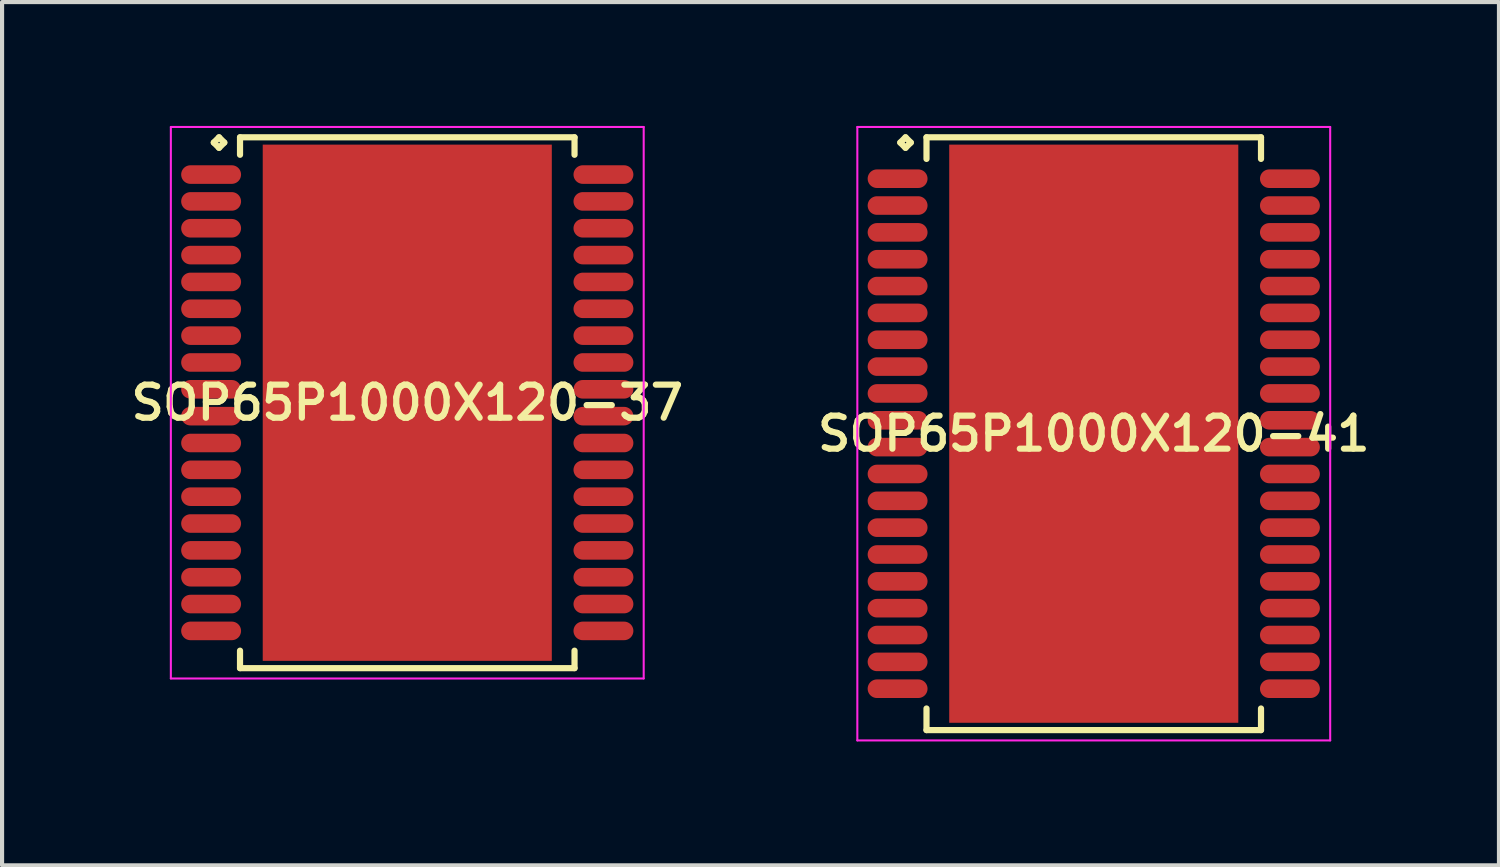
<source format=kicad_pcb>
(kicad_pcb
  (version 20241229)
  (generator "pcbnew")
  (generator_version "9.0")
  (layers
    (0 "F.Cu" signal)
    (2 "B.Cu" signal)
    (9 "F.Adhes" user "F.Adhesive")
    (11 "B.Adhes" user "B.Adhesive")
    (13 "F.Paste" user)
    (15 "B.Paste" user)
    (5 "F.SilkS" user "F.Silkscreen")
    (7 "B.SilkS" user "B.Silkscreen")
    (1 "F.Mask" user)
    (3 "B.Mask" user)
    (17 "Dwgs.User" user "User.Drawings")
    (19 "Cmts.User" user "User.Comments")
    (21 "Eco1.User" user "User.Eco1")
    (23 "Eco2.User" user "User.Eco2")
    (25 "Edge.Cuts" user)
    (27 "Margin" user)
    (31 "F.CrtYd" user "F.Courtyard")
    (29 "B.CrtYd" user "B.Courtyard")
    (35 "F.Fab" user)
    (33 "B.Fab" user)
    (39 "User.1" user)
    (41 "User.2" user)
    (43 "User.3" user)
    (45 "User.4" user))
  (footprint "SOP65P1000X120-37"
    (layer "F.Cu")
    (at 6.812 6.702)
    (property "Reference" "SOP65P1000X120-37" (at 0 0 0) (layer "F.SilkS") (effects (font (size 0.8 0.8) (thickness 0.15))))
    (attr smd)
    (fp_line (start -4.685 -6.3) (end -4.558 -6.427) (stroke (width 0.15) (type solid)) (layer "F.SilkS"))
    (fp_line (start -4.558 -6.427) (end -4.431 -6.3) (stroke (width 0.15) (type solid)) (layer "F.SilkS"))
    (fp_line (start -4.558 -6.173) (end -4.685 -6.3) (stroke (width 0.15) (type solid)) (layer "F.SilkS"))
    (fp_line (start -4.431 -6.3) (end -4.558 -6.173) (stroke (width 0.15) (type solid)) (layer "F.SilkS"))
    (fp_line (start -4.05 -6.427) (end 4.05 -6.427) (stroke (width 0.15) (type solid)) (layer "F.SilkS"))
    (fp_line (start -4.05 -6.004) (end -4.05 -6.427) (stroke (width 0.15) (type solid)) (layer "F.SilkS"))
    (fp_line (start -4.05 6.004) (end -4.05 6.427) (stroke (width 0.15) (type solid)) (layer "F.SilkS"))
    (fp_line (start -4.05 6.427) (end 4.05 6.427) (stroke (width 0.15) (type solid)) (layer "F.SilkS"))
    (fp_line (start 4.05 -6.427) (end 4.05 -6.004) (stroke (width 0.15) (type solid)) (layer "F.SilkS"))
    (fp_line (start 4.05 6.427) (end 4.05 6.004) (stroke (width 0.15) (type solid)) (layer "F.SilkS"))
    (fp_line (start -5.725 -6.677) (end 5.725 -6.677) (stroke (width 0.05) (type solid)) (layer "F.CrtYd"))
    (fp_line (start -5.725 6.677) (end -5.725 -6.677) (stroke (width 0.05) (type solid)) (layer "F.CrtYd"))
    (fp_line (start 5.725 -6.677) (end 5.725 6.677) (stroke (width 0.05) (type solid)) (layer "F.CrtYd"))
    (fp_line (start 5.725 6.677) (end -5.725 6.677) (stroke (width 0.05) (type solid)) (layer "F.CrtYd"))
    (pad "1" smd oval (at -4.75 -5.525) (size 1.45 0.45) (layers "F.Cu" "F.Mask" "F.Paste"))
    (pad "2" smd oval (at -4.75 -4.875) (size 1.45 0.45) (layers "F.Cu" "F.Mask" "F.Paste"))
    (pad "3" smd oval (at -4.75 -4.225) (size 1.45 0.45) (layers "F.Cu" "F.Mask" "F.Paste"))
    (pad "4" smd oval (at -4.75 -3.575) (size 1.45 0.45) (layers "F.Cu" "F.Mask" "F.Paste"))
    (pad "5" smd oval (at -4.75 -2.925) (size 1.45 0.45) (layers "F.Cu" "F.Mask" "F.Paste"))
    (pad "6" smd oval (at -4.75 -2.275) (size 1.45 0.45) (layers "F.Cu" "F.Mask" "F.Paste"))
    (pad "7" smd oval (at -4.75 -1.625) (size 1.45 0.45) (layers "F.Cu" "F.Mask" "F.Paste"))
    (pad "8" smd oval (at -4.75 -0.975) (size 1.45 0.45) (layers "F.Cu" "F.Mask" "F.Paste"))
    (pad "9" smd oval (at -4.75 -0.325) (size 1.45 0.45) (layers "F.Cu" "F.Mask" "F.Paste"))
    (pad "10" smd oval (at -4.75 0.325) (size 1.45 0.45) (layers "F.Cu" "F.Mask" "F.Paste"))
    (pad "11" smd oval (at -4.75 0.975) (size 1.45 0.45) (layers "F.Cu" "F.Mask" "F.Paste"))
    (pad "12" smd oval (at -4.75 1.625) (size 1.45 0.45) (layers "F.Cu" "F.Mask" "F.Paste"))
    (pad "13" smd oval (at -4.75 2.275) (size 1.45 0.45) (layers "F.Cu" "F.Mask" "F.Paste"))
    (pad "14" smd oval (at -4.75 2.925) (size 1.45 0.45) (layers "F.Cu" "F.Mask" "F.Paste"))
    (pad "15" smd oval (at -4.75 3.575) (size 1.45 0.45) (layers "F.Cu" "F.Mask" "F.Paste"))
    (pad "16" smd oval (at -4.75 4.225) (size 1.45 0.45) (layers "F.Cu" "F.Mask" "F.Paste"))
    (pad "17" smd oval (at -4.75 4.875) (size 1.45 0.45) (layers "F.Cu" "F.Mask" "F.Paste"))
    (pad "18" smd oval (at -4.75 5.525) (size 1.45 0.45) (layers "F.Cu" "F.Mask" "F.Paste"))
    (pad "19" smd oval (at 4.75 5.525) (size 1.45 0.45) (layers "F.Cu" "F.Mask" "F.Paste"))
    (pad "20" smd oval (at 4.75 4.875) (size 1.45 0.45) (layers "F.Cu" "F.Mask" "F.Paste"))
    (pad "21" smd oval (at 4.75 4.225) (size 1.45 0.45) (layers "F.Cu" "F.Mask" "F.Paste"))
    (pad "22" smd oval (at 4.75 3.575) (size 1.45 0.45) (layers "F.Cu" "F.Mask" "F.Paste"))
    (pad "23" smd oval (at 4.75 2.925) (size 1.45 0.45) (layers "F.Cu" "F.Mask" "F.Paste"))
    (pad "24" smd oval (at 4.75 2.275) (size 1.45 0.45) (layers "F.Cu" "F.Mask" "F.Paste"))
    (pad "25" smd oval (at 4.75 1.625) (size 1.45 0.45) (layers "F.Cu" "F.Mask" "F.Paste"))
    (pad "26" smd oval (at 4.75 0.975) (size 1.45 0.45) (layers "F.Cu" "F.Mask" "F.Paste"))
    (pad "27" smd oval (at 4.75 0.325) (size 1.45 0.45) (layers "F.Cu" "F.Mask" "F.Paste"))
    (pad "28" smd oval (at 4.75 -0.325) (size 1.45 0.45) (layers "F.Cu" "F.Mask" "F.Paste"))
    (pad "29" smd oval (at 4.75 -0.975) (size 1.45 0.45) (layers "F.Cu" "F.Mask" "F.Paste"))
    (pad "30" smd oval (at 4.75 -1.625) (size 1.45 0.45) (layers "F.Cu" "F.Mask" "F.Paste"))
    (pad "31" smd oval (at 4.75 -2.275) (size 1.45 0.45) (layers "F.Cu" "F.Mask" "F.Paste"))
    (pad "32" smd oval (at 4.75 -2.925) (size 1.45 0.45) (layers "F.Cu" "F.Mask" "F.Paste"))
    (pad "33" smd oval (at 4.75 -3.575) (size 1.45 0.45) (layers "F.Cu" "F.Mask" "F.Paste"))
    (pad "34" smd oval (at 4.75 -4.225) (size 1.45 0.45) (layers "F.Cu" "F.Mask" "F.Paste"))
    (pad "35" smd oval (at 4.75 -4.875) (size 1.45 0.45) (layers "F.Cu" "F.Mask" "F.Paste"))
    (pad "36" smd oval (at 4.75 -5.525) (size 1.45 0.45) (layers "F.Cu" "F.Mask" "F.Paste"))
    (pad "37" smd rect (at 0 0) (size 7 12.5) (layers "F.Cu" "F.Mask" "F.Paste")))
  (footprint "SOP65P1000X120-41"
    (layer "F.Cu")
    (at 23.435 7.452)
    (property "Reference" "SOP65P1000X120-41" (at 0 0 0) (layer "F.SilkS") (effects (font (size 0.8 0.8) (thickness 0.15))))
    (attr smd)
    (fp_line (start -4.685 -7.05) (end -4.558 -7.177) (stroke (width 0.15) (type solid)) (layer "F.SilkS"))
    (fp_line (start -4.558 -7.177) (end -4.431 -7.05) (stroke (width 0.15) (type solid)) (layer "F.SilkS"))
    (fp_line (start -4.558 -6.923) (end -4.685 -7.05) (stroke (width 0.15) (type solid)) (layer "F.SilkS"))
    (fp_line (start -4.431 -7.05) (end -4.558 -6.923) (stroke (width 0.15) (type solid)) (layer "F.SilkS"))
    (fp_line (start -4.05 -7.177) (end 4.05 -7.177) (stroke (width 0.15) (type solid)) (layer "F.SilkS"))
    (fp_line (start -4.05 -6.654) (end -4.05 -7.177) (stroke (width 0.15) (type solid)) (layer "F.SilkS"))
    (fp_line (start -4.05 6.654) (end -4.05 7.177) (stroke (width 0.15) (type solid)) (layer "F.SilkS"))
    (fp_line (start -4.05 7.177) (end 4.05 7.177) (stroke (width 0.15) (type solid)) (layer "F.SilkS"))
    (fp_line (start 4.05 -7.177) (end 4.05 -6.654) (stroke (width 0.15) (type solid)) (layer "F.SilkS"))
    (fp_line (start 4.05 7.177) (end 4.05 6.654) (stroke (width 0.15) (type solid)) (layer "F.SilkS"))
    (fp_line (start -5.725 -7.427) (end 5.725 -7.427) (stroke (width 0.05) (type solid)) (layer "F.CrtYd"))
    (fp_line (start -5.725 7.427) (end -5.725 -7.427) (stroke (width 0.05) (type solid)) (layer "F.CrtYd"))
    (fp_line (start 5.725 -7.427) (end 5.725 7.427) (stroke (width 0.05) (type solid)) (layer "F.CrtYd"))
    (fp_line (start 5.725 7.427) (end -5.725 7.427) (stroke (width 0.05) (type solid)) (layer "F.CrtYd"))
    (pad "1" smd oval (at -4.75 -6.175) (size 1.45 0.45) (layers "F.Cu" "F.Mask" "F.Paste"))
    (pad "2" smd oval (at -4.75 -5.525) (size 1.45 0.45) (layers "F.Cu" "F.Mask" "F.Paste"))
    (pad "3" smd oval (at -4.75 -4.875) (size 1.45 0.45) (layers "F.Cu" "F.Mask" "F.Paste"))
    (pad "4" smd oval (at -4.75 -4.225) (size 1.45 0.45) (layers "F.Cu" "F.Mask" "F.Paste"))
    (pad "5" smd oval (at -4.75 -3.575) (size 1.45 0.45) (layers "F.Cu" "F.Mask" "F.Paste"))
    (pad "6" smd oval (at -4.75 -2.925) (size 1.45 0.45) (layers "F.Cu" "F.Mask" "F.Paste"))
    (pad "7" smd oval (at -4.75 -2.275) (size 1.45 0.45) (layers "F.Cu" "F.Mask" "F.Paste"))
    (pad "8" smd oval (at -4.75 -1.625) (size 1.45 0.45) (layers "F.Cu" "F.Mask" "F.Paste"))
    (pad "9" smd oval (at -4.75 -0.975) (size 1.45 0.45) (layers "F.Cu" "F.Mask" "F.Paste"))
    (pad "10" smd oval (at -4.75 -0.325) (size 1.45 0.45) (layers "F.Cu" "F.Mask" "F.Paste"))
    (pad "11" smd oval (at -4.75 0.325) (size 1.45 0.45) (layers "F.Cu" "F.Mask" "F.Paste"))
    (pad "12" smd oval (at -4.75 0.975) (size 1.45 0.45) (layers "F.Cu" "F.Mask" "F.Paste"))
    (pad "13" smd oval (at -4.75 1.625) (size 1.45 0.45) (layers "F.Cu" "F.Mask" "F.Paste"))
    (pad "14" smd oval (at -4.75 2.275) (size 1.45 0.45) (layers "F.Cu" "F.Mask" "F.Paste"))
    (pad "15" smd oval (at -4.75 2.925) (size 1.45 0.45) (layers "F.Cu" "F.Mask" "F.Paste"))
    (pad "16" smd oval (at -4.75 3.575) (size 1.45 0.45) (layers "F.Cu" "F.Mask" "F.Paste"))
    (pad "17" smd oval (at -4.75 4.225) (size 1.45 0.45) (layers "F.Cu" "F.Mask" "F.Paste"))
    (pad "18" smd oval (at -4.75 4.875) (size 1.45 0.45) (layers "F.Cu" "F.Mask" "F.Paste"))
    (pad "19" smd oval (at -4.75 5.525) (size 1.45 0.45) (layers "F.Cu" "F.Mask" "F.Paste"))
    (pad "20" smd oval (at -4.75 6.175) (size 1.45 0.45) (layers "F.Cu" "F.Mask" "F.Paste"))
    (pad "21" smd oval (at 4.75 6.175) (size 1.45 0.45) (layers "F.Cu" "F.Mask" "F.Paste"))
    (pad "22" smd oval (at 4.75 5.525) (size 1.45 0.45) (layers "F.Cu" "F.Mask" "F.Paste"))
    (pad "23" smd oval (at 4.75 4.875) (size 1.45 0.45) (layers "F.Cu" "F.Mask" "F.Paste"))
    (pad "24" smd oval (at 4.75 4.225) (size 1.45 0.45) (layers "F.Cu" "F.Mask" "F.Paste"))
    (pad "25" smd oval (at 4.75 3.575) (size 1.45 0.45) (layers "F.Cu" "F.Mask" "F.Paste"))
    (pad "26" smd oval (at 4.75 2.925) (size 1.45 0.45) (layers "F.Cu" "F.Mask" "F.Paste"))
    (pad "27" smd oval (at 4.75 2.275) (size 1.45 0.45) (layers "F.Cu" "F.Mask" "F.Paste"))
    (pad "28" smd oval (at 4.75 1.625) (size 1.45 0.45) (layers "F.Cu" "F.Mask" "F.Paste"))
    (pad "29" smd oval (at 4.75 0.975) (size 1.45 0.45) (layers "F.Cu" "F.Mask" "F.Paste"))
    (pad "30" smd oval (at 4.75 0.325) (size 1.45 0.45) (layers "F.Cu" "F.Mask" "F.Paste"))
    (pad "31" smd oval (at 4.75 -0.325) (size 1.45 0.45) (layers "F.Cu" "F.Mask" "F.Paste"))
    (pad "32" smd oval (at 4.75 -0.975) (size 1.45 0.45) (layers "F.Cu" "F.Mask" "F.Paste"))
    (pad "33" smd oval (at 4.75 -1.625) (size 1.45 0.45) (layers "F.Cu" "F.Mask" "F.Paste"))
    (pad "34" smd oval (at 4.75 -2.275) (size 1.45 0.45) (layers "F.Cu" "F.Mask" "F.Paste"))
    (pad "35" smd oval (at 4.75 -2.925) (size 1.45 0.45) (layers "F.Cu" "F.Mask" "F.Paste"))
    (pad "36" smd oval (at 4.75 -3.575) (size 1.45 0.45) (layers "F.Cu" "F.Mask" "F.Paste"))
    (pad "37" smd oval (at 4.75 -4.225) (size 1.45 0.45) (layers "F.Cu" "F.Mask" "F.Paste"))
    (pad "38" smd oval (at 4.75 -4.875) (size 1.45 0.45) (layers "F.Cu" "F.Mask" "F.Paste"))
    (pad "39" smd oval (at 4.75 -5.525) (size 1.45 0.45) (layers "F.Cu" "F.Mask" "F.Paste"))
    (pad "40" smd oval (at 4.75 -6.175) (size 1.45 0.45) (layers "F.Cu" "F.Mask" "F.Paste"))
    (pad "41" smd rect (at 0 0) (size 7 14) (layers "F.Cu" "F.Mask" "F.Paste")))
  (gr_rect
    (start -3 -3)
    (end 33.247 17.904)
    (stroke (width 0.1) (type default))
    (fill no)
    (layer "Edge.Cuts")))
</source>
